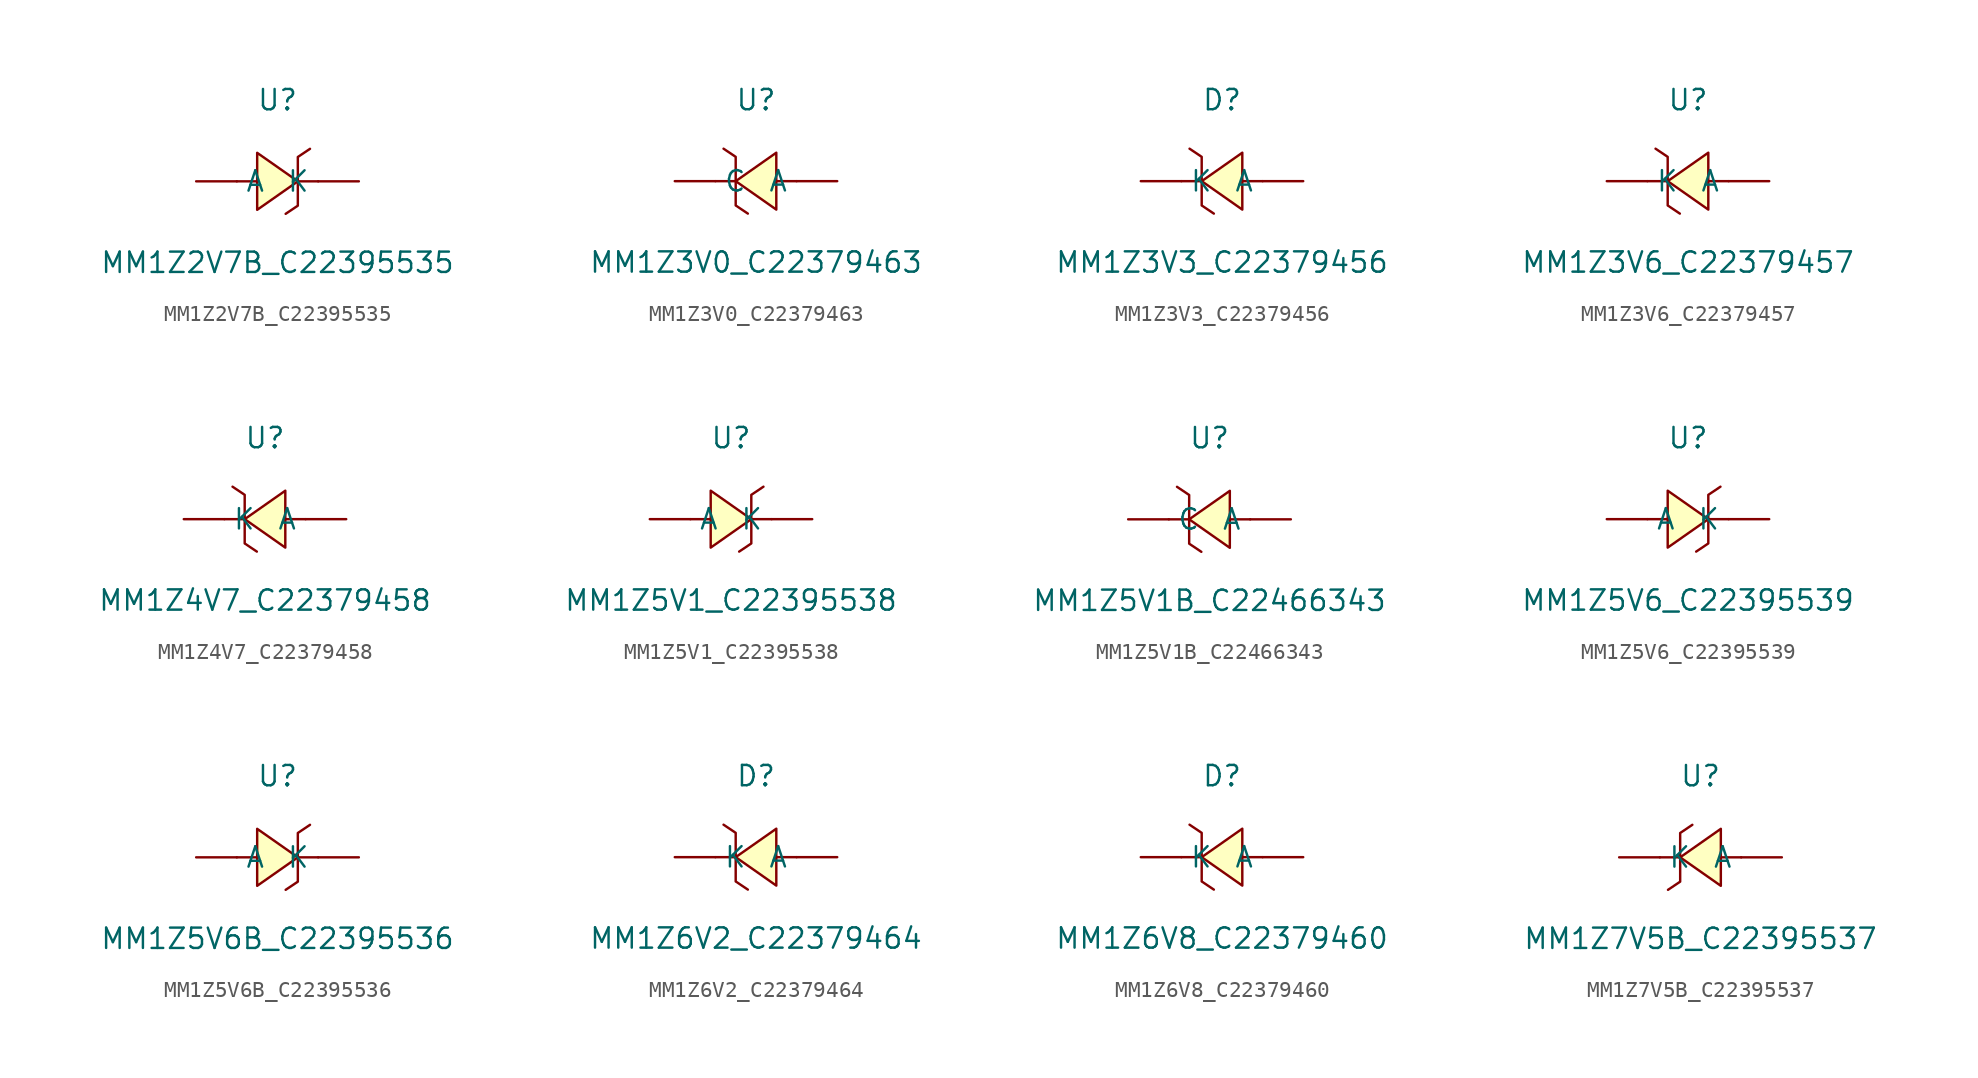
<source format=kicad_sym>
(kicad_symbol_lib
  (version 20241209)
  (generator "kicad_symbol_editor")
  (generator_version "9.0")
  (symbol "MM1Z2V7B_C22395535"
    (pin_numbers
      (hide yes))
    (property "Reference" "U"
      (at 0 5.08 0)
      (effects (font (size 1.27 1.27))))
    (property "Value" "MM1Z2V7B_C22395535"
      (at 0 -5.08 0)
      (effects (font (size 1.27 1.27))))
    (symbol "MM1Z2V7B_C22395535_0_1"
      (polyline (pts (xy -2.54 0) (xy -1.27 0)) (stroke (width 0) (type default)) (fill (type none)))
      (polyline (pts (xy -1.27 1.78) (xy 1.27 0) (xy -1.27 -1.78) (xy -1.27 1.78)) (stroke (width 0) (type default)) (fill (type background)))
      (polyline (pts (xy 1.27 0) (xy 2.54 0)) (stroke (width 0) (type default)) (fill (type none)))
      (polyline (pts (xy 2.03 2.03) (xy 1.27 1.52) (xy 1.27 -1.52) (xy 0.51 -2.03)) (stroke (width 0) (type default)) (fill (type none)))
      (pin unspecified line (at -5.08 0 0) (length 2.54) (name "A" (effects (font (size 1.27 1.27)))) (number "1" (effects (font (size 1.27 1.27)))))
      (pin unspecified line (at 5.08 0 180) (length 2.54) (name "K" (effects (font (size 1.27 1.27)))) (number "2" (effects (font (size 1.27 1.27)))))))
  (symbol "MM1Z3V0_C22379463"
    (pin_numbers
      (hide yes))
    (property "Reference" "U"
      (at 0 5.08 0)
      (effects (font (size 1.27 1.27))))
    (property "Value" "MM1Z3V0_C22379463"
      (at 0 -5.08 0)
      (effects (font (size 1.27 1.27))))
    (symbol "MM1Z3V0_C22379463_0_1"
      (polyline (pts (xy -2.03 2.03) (xy -1.27 1.52) (xy -1.27 -1.52) (xy -0.51 -2.03)) (stroke (width 0) (type default)) (fill (type none)))
      (polyline (pts (xy -1.27 0) (xy -2.54 0)) (stroke (width 0) (type default)) (fill (type none)))
      (polyline (pts (xy 1.27 1.78) (xy -1.27 0) (xy 1.27 -1.78) (xy 1.27 1.78)) (stroke (width 0) (type default)) (fill (type background)))
      (polyline (pts (xy 2.54 0) (xy 1.27 0)) (stroke (width 0) (type default)) (fill (type none)))
      (pin unspecified line (at -5.08 0 0) (length 2.54) (name "C" (effects (font (size 1.27 1.27)))) (number "1" (effects (font (size 1.27 1.27)))))
      (pin unspecified line (at 5.08 0 180) (length 2.54) (name "A" (effects (font (size 1.27 1.27)))) (number "2" (effects (font (size 1.27 1.27)))))))
  (symbol "MM1Z3V3_C22379456"
    (pin_numbers
      (hide yes))
    (property "Reference" "D"
      (at 0 5.08 0)
      (effects (font (size 1.27 1.27))))
    (property "Value" "MM1Z3V3_C22379456"
      (at 0 -5.08 0)
      (effects (font (size 1.27 1.27))))
    (symbol "MM1Z3V3_C22379456_0_1"
      (polyline (pts (xy -2.03 2.03) (xy -1.27 1.52) (xy -1.27 -1.52) (xy -0.51 -2.03)) (stroke (width 0) (type default)) (fill (type none)))
      (polyline (pts (xy -1.27 0) (xy -2.54 0)) (stroke (width 0) (type default)) (fill (type none)))
      (polyline (pts (xy 1.27 1.78) (xy -1.27 0) (xy 1.27 -1.78) (xy 1.27 1.78)) (stroke (width 0) (type default)) (fill (type background)))
      (polyline (pts (xy 2.54 0) (xy 1.27 0)) (stroke (width 0) (type default)) (fill (type none)))
      (pin unspecified line (at -5.08 0 0) (length 2.54) (name "K" (effects (font (size 1.27 1.27)))) (number "1" (effects (font (size 1.27 1.27)))))
      (pin unspecified line (at 5.08 0 180) (length 2.54) (name "A" (effects (font (size 1.27 1.27)))) (number "2" (effects (font (size 1.27 1.27)))))))
  (symbol "MM1Z3V6_C22379457"
    (pin_numbers
      (hide yes))
    (property "Reference" "U"
      (at 0 5.08 0)
      (effects (font (size 1.27 1.27))))
    (property "Value" "MM1Z3V6_C22379457"
      (at 0 -5.08 0)
      (effects (font (size 1.27 1.27))))
    (symbol "MM1Z3V6_C22379457_0_1"
      (polyline (pts (xy -2.03 2.03) (xy -1.27 1.52) (xy -1.27 -1.52) (xy -0.51 -2.03)) (stroke (width 0) (type default)) (fill (type none)))
      (polyline (pts (xy -1.27 0) (xy -2.54 0)) (stroke (width 0) (type default)) (fill (type none)))
      (polyline (pts (xy 1.27 1.78) (xy -1.27 0) (xy 1.27 -1.78) (xy 1.27 1.78)) (stroke (width 0) (type default)) (fill (type background)))
      (polyline (pts (xy 2.54 0) (xy 1.27 0)) (stroke (width 0) (type default)) (fill (type none)))
      (pin unspecified line (at -5.08 0 0) (length 2.54) (name "K" (effects (font (size 1.27 1.27)))) (number "1" (effects (font (size 1.27 1.27)))))
      (pin unspecified line (at 5.08 0 180) (length 2.54) (name "A" (effects (font (size 1.27 1.27)))) (number "2" (effects (font (size 1.27 1.27)))))))
  (symbol "MM1Z4V7_C22379458"
    (pin_numbers
      (hide yes))
    (property "Reference" "U"
      (at 0 5.08 0)
      (effects (font (size 1.27 1.27))))
    (property "Value" "MM1Z4V7_C22379458"
      (at 0 -5.08 0)
      (effects (font (size 1.27 1.27))))
    (symbol "MM1Z4V7_C22379458_0_1"
      (polyline (pts (xy -2.03 2.03) (xy -1.27 1.52) (xy -1.27 -1.52) (xy -0.51 -2.03)) (stroke (width 0) (type default)) (fill (type none)))
      (polyline (pts (xy -1.27 0) (xy -2.54 0)) (stroke (width 0) (type default)) (fill (type none)))
      (polyline (pts (xy 1.27 1.78) (xy -1.27 0) (xy 1.27 -1.78) (xy 1.27 1.78)) (stroke (width 0) (type default)) (fill (type background)))
      (polyline (pts (xy 2.54 0) (xy 1.27 0)) (stroke (width 0) (type default)) (fill (type none)))
      (pin unspecified line (at -5.08 0 0) (length 2.54) (name "K" (effects (font (size 1.27 1.27)))) (number "1" (effects (font (size 1.27 1.27)))))
      (pin unspecified line (at 5.08 0 180) (length 2.54) (name "A" (effects (font (size 1.27 1.27)))) (number "2" (effects (font (size 1.27 1.27)))))))
  (symbol "MM1Z5V1_C22395538"
    (pin_numbers
      (hide yes))
    (property "Reference" "U"
      (at 0 5.08 0)
      (effects (font (size 1.27 1.27))))
    (property "Value" "MM1Z5V1_C22395538"
      (at 0 -5.08 0)
      (effects (font (size 1.27 1.27))))
    (symbol "MM1Z5V1_C22395538_0_1"
      (polyline (pts (xy -2.54 0) (xy -1.27 0)) (stroke (width 0) (type default)) (fill (type none)))
      (polyline (pts (xy -1.27 1.78) (xy 1.27 0) (xy -1.27 -1.78) (xy -1.27 1.78)) (stroke (width 0) (type default)) (fill (type background)))
      (polyline (pts (xy 1.27 0) (xy 2.54 0)) (stroke (width 0) (type default)) (fill (type none)))
      (polyline (pts (xy 2.03 2.03) (xy 1.27 1.52) (xy 1.27 -1.52) (xy 0.51 -2.03)) (stroke (width 0) (type default)) (fill (type none)))
      (pin unspecified line (at -5.08 0 0) (length 2.54) (name "A" (effects (font (size 1.27 1.27)))) (number "1" (effects (font (size 1.27 1.27)))))
      (pin unspecified line (at 5.08 0 180) (length 2.54) (name "K" (effects (font (size 1.27 1.27)))) (number "2" (effects (font (size 1.27 1.27)))))))
  (symbol "MM1Z5V1B_C22466343"
    (pin_numbers
      (hide yes))
    (property "Reference" "U"
      (at 0 5.08 0)
      (effects (font (size 1.27 1.27))))
    (property "Value" "MM1Z5V1B_C22466343"
      (at 0 -5.08 0)
      (effects (font (size 1.27 1.27))))
    (symbol "MM1Z5V1B_C22466343_0_1"
      (polyline (pts (xy -2.03 2.03) (xy -1.27 1.52) (xy -1.27 -1.52) (xy -0.51 -2.03)) (stroke (width 0) (type default)) (fill (type none)))
      (polyline (pts (xy -1.27 0) (xy -2.54 0)) (stroke (width 0) (type default)) (fill (type none)))
      (polyline (pts (xy 1.27 1.78) (xy -1.27 0) (xy 1.27 -1.78) (xy 1.27 1.78)) (stroke (width 0) (type default)) (fill (type background)))
      (polyline (pts (xy 2.54 0) (xy 1.27 0)) (stroke (width 0) (type default)) (fill (type none)))
      (pin unspecified line (at -5.08 0 0) (length 2.54) (name "C" (effects (font (size 1.27 1.27)))) (number "1" (effects (font (size 1.27 1.27)))))
      (pin unspecified line (at 5.08 0 180) (length 2.54) (name "A" (effects (font (size 1.27 1.27)))) (number "2" (effects (font (size 1.27 1.27)))))))
  (symbol "MM1Z5V6_C22395539"
    (pin_numbers
      (hide yes))
    (property "Reference" "U"
      (at 0 5.08 0)
      (effects (font (size 1.27 1.27))))
    (property "Value" "MM1Z5V6_C22395539"
      (at 0 -5.08 0)
      (effects (font (size 1.27 1.27))))
    (symbol "MM1Z5V6_C22395539_0_1"
      (polyline (pts (xy -2.54 0) (xy -1.27 0)) (stroke (width 0) (type default)) (fill (type none)))
      (polyline (pts (xy -1.27 1.78) (xy 1.27 0) (xy -1.27 -1.78) (xy -1.27 1.78)) (stroke (width 0) (type default)) (fill (type background)))
      (polyline (pts (xy 1.27 0) (xy 2.54 0)) (stroke (width 0) (type default)) (fill (type none)))
      (polyline (pts (xy 2.03 2.03) (xy 1.27 1.52) (xy 1.27 -1.52) (xy 0.51 -2.03)) (stroke (width 0) (type default)) (fill (type none)))
      (pin unspecified line (at -5.08 0 0) (length 2.54) (name "A" (effects (font (size 1.27 1.27)))) (number "1" (effects (font (size 1.27 1.27)))))
      (pin unspecified line (at 5.08 0 180) (length 2.54) (name "K" (effects (font (size 1.27 1.27)))) (number "2" (effects (font (size 1.27 1.27)))))))
  (symbol "MM1Z5V6B_C22395536"
    (pin_numbers
      (hide yes))
    (property "Reference" "U"
      (at 0 5.08 0)
      (effects (font (size 1.27 1.27))))
    (property "Value" "MM1Z5V6B_C22395536"
      (at 0 -5.08 0)
      (effects (font (size 1.27 1.27))))
    (symbol "MM1Z5V6B_C22395536_0_1"
      (polyline (pts (xy -2.54 0) (xy -1.27 0)) (stroke (width 0) (type default)) (fill (type none)))
      (polyline (pts (xy -1.27 1.78) (xy 1.27 0) (xy -1.27 -1.78) (xy -1.27 1.78)) (stroke (width 0) (type default)) (fill (type background)))
      (polyline (pts (xy 1.27 0) (xy 2.54 0)) (stroke (width 0) (type default)) (fill (type none)))
      (polyline (pts (xy 2.03 2.03) (xy 1.27 1.52) (xy 1.27 -1.52) (xy 0.51 -2.03)) (stroke (width 0) (type default)) (fill (type none)))
      (pin unspecified line (at -5.08 0 0) (length 2.54) (name "A" (effects (font (size 1.27 1.27)))) (number "1" (effects (font (size 1.27 1.27)))))
      (pin unspecified line (at 5.08 0 180) (length 2.54) (name "K" (effects (font (size 1.27 1.27)))) (number "2" (effects (font (size 1.27 1.27)))))))
  (symbol "MM1Z6V2_C22379464"
    (pin_numbers
      (hide yes))
    (property "Reference" "D"
      (at 0 5.08 0)
      (effects (font (size 1.27 1.27))))
    (property "Value" "MM1Z6V2_C22379464"
      (at 0 -5.08 0)
      (effects (font (size 1.27 1.27))))
    (symbol "MM1Z6V2_C22379464_0_1"
      (polyline (pts (xy -2.03 2.03) (xy -1.27 1.52) (xy -1.27 -1.52) (xy -0.51 -2.03)) (stroke (width 0) (type default)) (fill (type none)))
      (polyline (pts (xy -1.27 0) (xy -2.54 0)) (stroke (width 0) (type default)) (fill (type none)))
      (polyline (pts (xy 1.27 1.78) (xy -1.27 0) (xy 1.27 -1.78) (xy 1.27 1.78)) (stroke (width 0) (type default)) (fill (type background)))
      (polyline (pts (xy 2.54 0) (xy 1.27 0)) (stroke (width 0) (type default)) (fill (type none)))
      (pin unspecified line (at -5.08 0 0) (length 2.54) (name "K" (effects (font (size 1.27 1.27)))) (number "1" (effects (font (size 1.27 1.27)))))
      (pin unspecified line (at 5.08 0 180) (length 2.54) (name "A" (effects (font (size 1.27 1.27)))) (number "2" (effects (font (size 1.27 1.27)))))))
  (symbol "MM1Z6V8_C22379460"
    (pin_numbers
      (hide yes))
    (property "Reference" "D"
      (at 0 5.08 0)
      (effects (font (size 1.27 1.27))))
    (property "Value" "MM1Z6V8_C22379460"
      (at 0 -5.08 0)
      (effects (font (size 1.27 1.27))))
    (symbol "MM1Z6V8_C22379460_0_1"
      (polyline (pts (xy -2.03 2.03) (xy -1.27 1.52) (xy -1.27 -1.52) (xy -0.51 -2.03)) (stroke (width 0) (type default)) (fill (type none)))
      (polyline (pts (xy -1.27 0) (xy -2.54 0)) (stroke (width 0) (type default)) (fill (type none)))
      (polyline (pts (xy 1.27 1.78) (xy -1.27 0) (xy 1.27 -1.78) (xy 1.27 1.78)) (stroke (width 0) (type default)) (fill (type background)))
      (polyline (pts (xy 2.54 0) (xy 1.27 0)) (stroke (width 0) (type default)) (fill (type none)))
      (pin unspecified line (at -5.08 0 0) (length 2.54) (name "K" (effects (font (size 1.27 1.27)))) (number "1" (effects (font (size 1.27 1.27)))))
      (pin unspecified line (at 5.08 0 180) (length 2.54) (name "A" (effects (font (size 1.27 1.27)))) (number "2" (effects (font (size 1.27 1.27)))))))
  (symbol "MM1Z7V5B_C22395537"
    (pin_numbers
      (hide yes))
    (property "Reference" "U"
      (at 0 5.08 0)
      (effects (font (size 1.27 1.27))))
    (property "Value" "MM1Z7V5B_C22395537"
      (at 0 -5.08 0)
      (effects (font (size 1.27 1.27))))
    (symbol "MM1Z7V5B_C22395537_0_1"
      (polyline (pts (xy -2.03 -2.03) (xy -1.27 -1.52) (xy -1.27 1.52) (xy -0.51 2.03)) (stroke (width 0) (type default)) (fill (type none)))
      (polyline (pts (xy -1.27 0) (xy -2.54 0)) (stroke (width 0) (type default)) (fill (type none)))
      (polyline (pts (xy 1.27 -1.78) (xy -1.27 0) (xy 1.27 1.78) (xy 1.27 -1.78)) (stroke (width 0) (type default)) (fill (type background)))
      (polyline (pts (xy 2.54 0) (xy 1.27 0)) (stroke (width 0) (type default)) (fill (type none)))
      (pin unspecified line (at -5.08 0 0) (length 2.54) (name "K" (effects (font (size 1.27 1.27)))) (number "1" (effects (font (size 1.27 1.27)))))
      (pin unspecified line (at 5.08 0 180) (length 2.54) (name "A" (effects (font (size 1.27 1.27)))) (number "2" (effects (font (size 1.27 1.27))))))))
</source>
